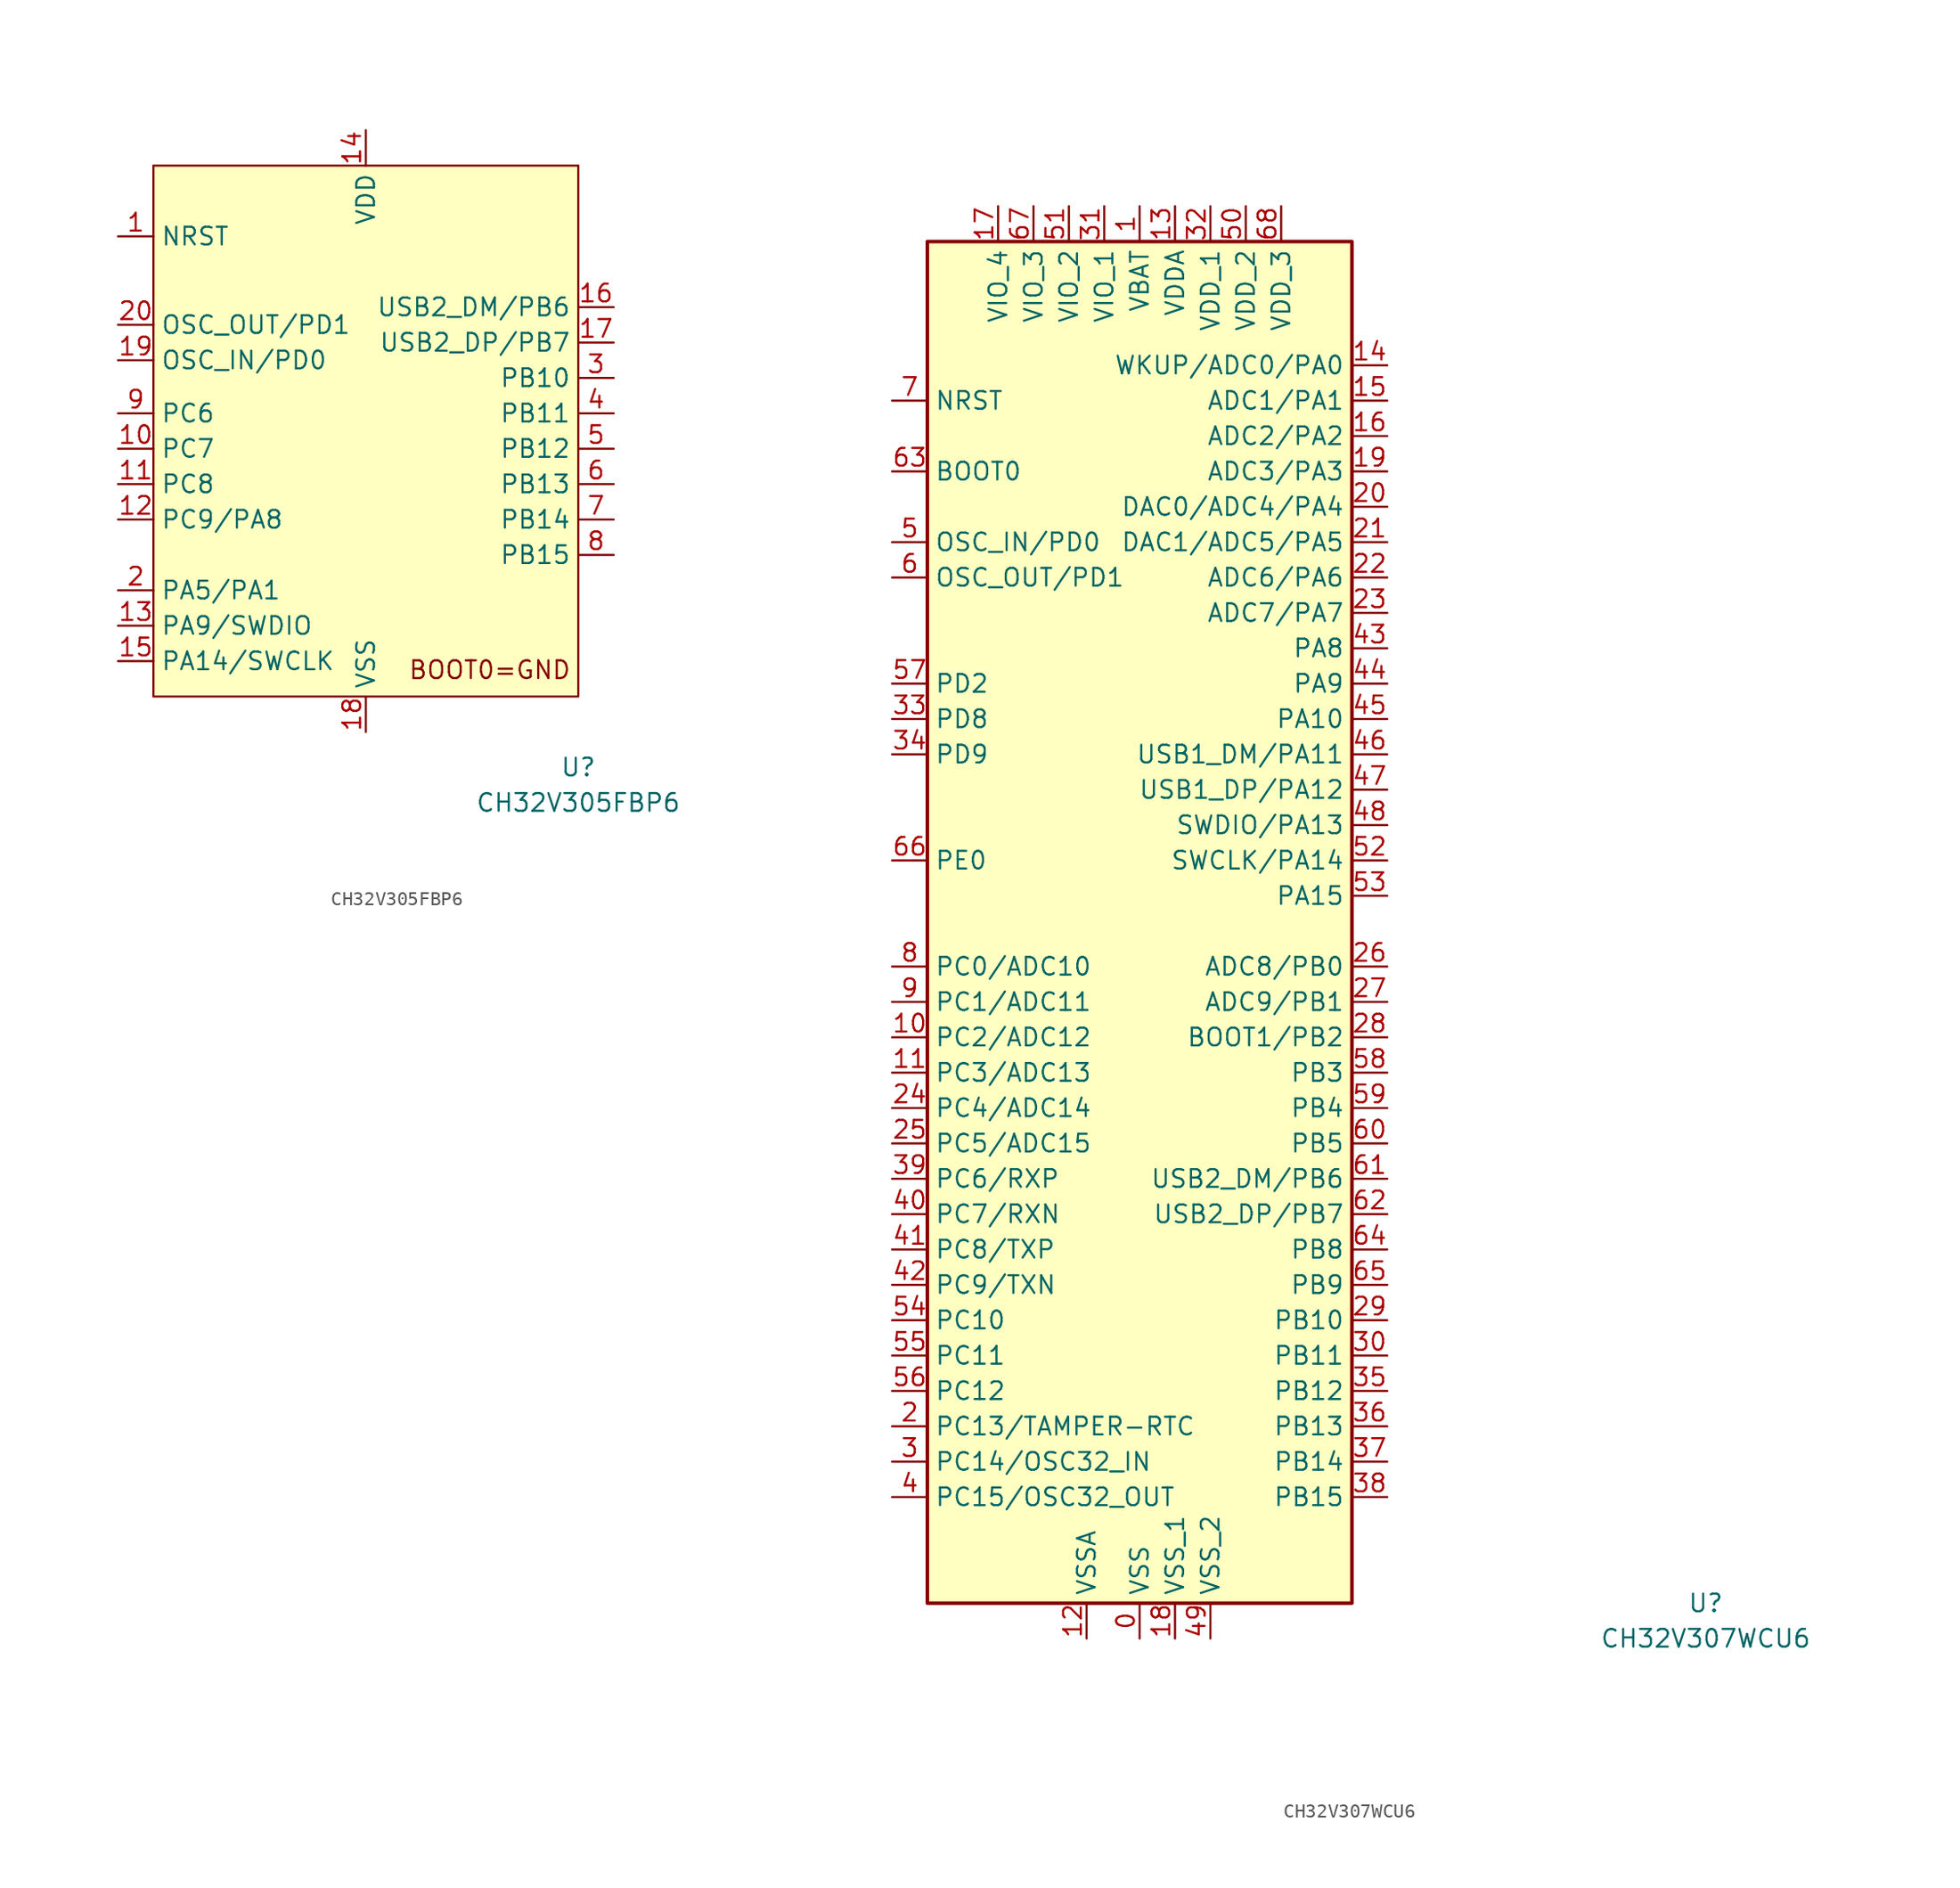
<source format=kicad_sym>
(kicad_symbol_lib
  (version 20220914)
  (generator kicad_symbol_editor)
  (symbol "CH32V305FBP6"
    (property "Reference" "U"
      (at 15.24 -25.4 0)
      (effects (font (size 1.27 1.27))))
    (property "Value" "CH32V305FBP6"
      (at 15.24 -27.94 0)
      (effects (font (size 1.27 1.27))))
    (symbol "CH32V305FBP6_0_0"
      (text "BOOT0=GND" (at 8.89 -18.415 0) (effects (font (size 1.27 1.27)))))
    (symbol "CH32V305FBP6_0_1"
      (rectangle (start -15.24 17.78) (end 15.24 -20.32) (stroke (width 0) (type default)) (fill (type background))))
    (symbol "CH32V305FBP6_1_1"
      (pin input line (at -17.78 12.7 0) (length 2.54) (name "NRST" (effects (font (size 1.27 1.27)))) (number "1" (effects (font (size 1.27 1.27)))))
      (pin bidirectional line (at -17.78 -2.54 0) (length 2.54) (name "PC7" (effects (font (size 1.27 1.27)))) (number "10" (effects (font (size 1.27 1.27)))))
      (pin bidirectional line (at -17.78 -5.08 0) (length 2.54) (name "PC8" (effects (font (size 1.27 1.27)))) (number "11" (effects (font (size 1.27 1.27)))))
      (pin bidirectional line (at -17.78 -7.62 0) (length 2.54) (name "PC9/PA8" (effects (font (size 1.27 1.27)))) (number "12" (effects (font (size 1.27 1.27)))))
      (pin bidirectional line (at -17.78 -15.24 0) (length 2.54) (name "PA9/SWDIO" (effects (font (size 1.27 1.27)))) (number "13" (effects (font (size 1.27 1.27)))))
      (pin power_in line (at 0 20.32 270) (length 2.54) (name "VDD" (effects (font (size 1.27 1.27)))) (number "14" (effects (font (size 1.27 1.27)))))
      (pin bidirectional line (at -17.78 -17.78 0) (length 2.54) (name "PA14/SWCLK" (effects (font (size 1.27 1.27)))) (number "15" (effects (font (size 1.27 1.27)))))
      (pin bidirectional line (at 17.78 7.62 180) (length 2.54) (name "USB2_DM/PB6" (effects (font (size 1.27 1.27)))) (number "16" (effects (font (size 1.27 1.27)))))
      (pin bidirectional line (at 17.78 5.08 180) (length 2.54) (name "USB2_DP/PB7" (effects (font (size 1.27 1.27)))) (number "17" (effects (font (size 1.27 1.27)))))
      (pin power_in line (at 0 -22.86 90) (length 2.54) (name "VSS" (effects (font (size 1.27 1.27)))) (number "18" (effects (font (size 1.27 1.27)))))
      (pin input line (at -17.78 3.81 0) (length 2.54) (name "OSC_IN/PD0" (effects (font (size 1.27 1.27)))) (number "19" (effects (font (size 1.27 1.27)))))
      (pin bidirectional line (at -17.78 -12.7 0) (length 2.54) (name "PA5/PA1" (effects (font (size 1.27 1.27)))) (number "2" (effects (font (size 1.27 1.27)))))
      (pin output line (at -17.78 6.35 0) (length 2.54) (name "OSC_OUT/PD1" (effects (font (size 1.27 1.27)))) (number "20" (effects (font (size 1.27 1.27)))))
      (pin bidirectional line (at 17.78 2.54 180) (length 2.54) (name "PB10" (effects (font (size 1.27 1.27)))) (number "3" (effects (font (size 1.27 1.27)))))
      (pin bidirectional line (at 17.78 0 180) (length 2.54) (name "PB11" (effects (font (size 1.27 1.27)))) (number "4" (effects (font (size 1.27 1.27)))))
      (pin bidirectional line (at 17.78 -2.54 180) (length 2.54) (name "PB12" (effects (font (size 1.27 1.27)))) (number "5" (effects (font (size 1.27 1.27)))))
      (pin bidirectional line (at 17.78 -5.08 180) (length 2.54) (name "PB13" (effects (font (size 1.27 1.27)))) (number "6" (effects (font (size 1.27 1.27)))))
      (pin bidirectional line (at 17.78 -7.62 180) (length 2.54) (name "PB14" (effects (font (size 1.27 1.27)))) (number "7" (effects (font (size 1.27 1.27)))))
      (pin bidirectional line (at 17.78 -10.16 180) (length 2.54) (name "PB15" (effects (font (size 1.27 1.27)))) (number "8" (effects (font (size 1.27 1.27)))))
      (pin bidirectional line (at -17.78 0 0) (length 2.54) (name "PC6" (effects (font (size 1.27 1.27)))) (number "9" (effects (font (size 1.27 1.27)))))))
  (symbol "CH32V307WCU6"
    (property "Reference" "U"
      (at 40.64 -48.26 0)
      (effects (font (size 1.27 1.27))))
    (property "Value" "CH32V307WCU6"
      (at 40.64 -50.8 0)
      (effects (font (size 1.27 1.27))))
    (symbol "CH32V307WCU6_0_1"
      (rectangle (start -15.24 49.53) (end 15.24 -48.26) (stroke (width 0.254) (type default)) (fill (type background))))
    (symbol "CH32V307WCU6_1_1"
      (pin power_in line (at 0 -50.8 90) (length 2.54) (name "VSS" (effects (font (size 1.27 1.27)))) (number "0" (effects (font (size 1.27 1.27)))))
      (pin power_in line (at 0 52.07 270) (length 2.54) (name "VBAT" (effects (font (size 1.27 1.27)))) (number "1" (effects (font (size 1.27 1.27)))))
      (pin bidirectional line (at -17.78 -7.62 0) (length 2.54) (name "PC2/ADC12" (effects (font (size 1.27 1.27)))) (number "10" (effects (font (size 1.27 1.27)))))
      (pin bidirectional line (at -17.78 -10.16 0) (length 2.54) (name "PC3/ADC13" (effects (font (size 1.27 1.27)))) (number "11" (effects (font (size 1.27 1.27)))))
      (pin power_in line (at -3.81 -50.8 90) (length 2.54) (name "VSSA" (effects (font (size 1.27 1.27)))) (number "12" (effects (font (size 1.27 1.27)))))
      (pin power_in line (at 2.54 52.07 270) (length 2.54) (name "VDDA" (effects (font (size 1.27 1.27)))) (number "13" (effects (font (size 1.27 1.27)))))
      (pin bidirectional line (at 17.78 40.64 180) (length 2.54) (name "WKUP/ADC0/PA0" (effects (font (size 1.27 1.27)))) (number "14" (effects (font (size 1.27 1.27)))))
      (pin bidirectional line (at 17.78 38.1 180) (length 2.54) (name "ADC1/PA1" (effects (font (size 1.27 1.27)))) (number "15" (effects (font (size 1.27 1.27)))))
      (pin bidirectional line (at 17.78 35.56 180) (length 2.54) (name "ADC2/PA2" (effects (font (size 1.27 1.27)))) (number "16" (effects (font (size 1.27 1.27)))))
      (pin power_in line (at -10.16 52.07 270) (length 2.54) (name "VIO_4" (effects (font (size 1.27 1.27)))) (number "17" (effects (font (size 1.27 1.27)))))
      (pin power_in line (at 2.54 -50.8 90) (length 2.54) (name "VSS_1" (effects (font (size 1.27 1.27)))) (number "18" (effects (font (size 1.27 1.27)))))
      (pin bidirectional line (at 17.78 33.02 180) (length 2.54) (name "ADC3/PA3" (effects (font (size 1.27 1.27)))) (number "19" (effects (font (size 1.27 1.27)))))
      (pin bidirectional line (at -17.78 -35.56 0) (length 2.54) (name "PC13/TAMPER-RTC" (effects (font (size 1.27 1.27)))) (number "2" (effects (font (size 1.27 1.27)))))
      (pin bidirectional line (at 17.78 30.48 180) (length 2.54) (name "DAC0/ADC4/PA4" (effects (font (size 1.27 1.27)))) (number "20" (effects (font (size 1.27 1.27)))))
      (pin bidirectional line (at 17.78 27.94 180) (length 2.54) (name "DAC1/ADC5/PA5" (effects (font (size 1.27 1.27)))) (number "21" (effects (font (size 1.27 1.27)))))
      (pin bidirectional line (at 17.78 25.4 180) (length 2.54) (name "ADC6/PA6" (effects (font (size 1.27 1.27)))) (number "22" (effects (font (size 1.27 1.27)))))
      (pin bidirectional line (at 17.78 22.86 180) (length 2.54) (name "ADC7/PA7" (effects (font (size 1.27 1.27)))) (number "23" (effects (font (size 1.27 1.27)))))
      (pin bidirectional line (at -17.78 -12.7 0) (length 2.54) (name "PC4/ADC14" (effects (font (size 1.27 1.27)))) (number "24" (effects (font (size 1.27 1.27)))))
      (pin bidirectional line (at -17.78 -15.24 0) (length 2.54) (name "PC5/ADC15" (effects (font (size 1.27 1.27)))) (number "25" (effects (font (size 1.27 1.27)))))
      (pin bidirectional line (at 17.78 -2.54 180) (length 2.54) (name "ADC8/PB0" (effects (font (size 1.27 1.27)))) (number "26" (effects (font (size 1.27 1.27)))))
      (pin bidirectional line (at 17.78 -5.08 180) (length 2.54) (name "ADC9/PB1" (effects (font (size 1.27 1.27)))) (number "27" (effects (font (size 1.27 1.27)))))
      (pin bidirectional line (at 17.78 -7.62 180) (length 2.54) (name "BOOT1/PB2" (effects (font (size 1.27 1.27)))) (number "28" (effects (font (size 1.27 1.27)))))
      (pin bidirectional line (at 17.78 -27.94 180) (length 2.54) (name "PB10" (effects (font (size 1.27 1.27)))) (number "29" (effects (font (size 1.27 1.27)))))
      (pin bidirectional line (at -17.78 -38.1 0) (length 2.54) (name "PC14/OSC32_IN" (effects (font (size 1.27 1.27)))) (number "3" (effects (font (size 1.27 1.27)))))
      (pin bidirectional line (at 17.78 -30.48 180) (length 2.54) (name "PB11" (effects (font (size 1.27 1.27)))) (number "30" (effects (font (size 1.27 1.27)))))
      (pin power_in line (at -2.54 52.07 270) (length 2.54) (name "VIO_1" (effects (font (size 1.27 1.27)))) (number "31" (effects (font (size 1.27 1.27)))))
      (pin power_in line (at 5.08 52.07 270) (length 2.54) (name "VDD_1" (effects (font (size 1.27 1.27)))) (number "32" (effects (font (size 1.27 1.27)))))
      (pin bidirectional line (at -17.78 15.24 0) (length 2.54) (name "PD8" (effects (font (size 1.27 1.27)))) (number "33" (effects (font (size 1.27 1.27)))))
      (pin bidirectional line (at -17.78 12.7 0) (length 2.54) (name "PD9" (effects (font (size 1.27 1.27)))) (number "34" (effects (font (size 1.27 1.27)))))
      (pin bidirectional line (at 17.78 -33.02 180) (length 2.54) (name "PB12" (effects (font (size 1.27 1.27)))) (number "35" (effects (font (size 1.27 1.27)))))
      (pin bidirectional line (at 17.78 -35.56 180) (length 2.54) (name "PB13" (effects (font (size 1.27 1.27)))) (number "36" (effects (font (size 1.27 1.27)))))
      (pin bidirectional line (at 17.78 -38.1 180) (length 2.54) (name "PB14" (effects (font (size 1.27 1.27)))) (number "37" (effects (font (size 1.27 1.27)))))
      (pin bidirectional line (at 17.78 -40.64 180) (length 2.54) (name "PB15" (effects (font (size 1.27 1.27)))) (number "38" (effects (font (size 1.27 1.27)))))
      (pin bidirectional line (at -17.78 -17.78 0) (length 2.54) (name "PC6/RXP" (effects (font (size 1.27 1.27)))) (number "39" (effects (font (size 1.27 1.27)))))
      (pin bidirectional line (at -17.78 -40.64 0) (length 2.54) (name "PC15/OSC32_OUT" (effects (font (size 1.27 1.27)))) (number "4" (effects (font (size 1.27 1.27)))))
      (pin bidirectional line (at -17.78 -20.32 0) (length 2.54) (name "PC7/RXN" (effects (font (size 1.27 1.27)))) (number "40" (effects (font (size 1.27 1.27)))))
      (pin bidirectional line (at -17.78 -22.86 0) (length 2.54) (name "PC8/TXP" (effects (font (size 1.27 1.27)))) (number "41" (effects (font (size 1.27 1.27)))))
      (pin bidirectional line (at -17.78 -25.4 0) (length 2.54) (name "PC9/TXN" (effects (font (size 1.27 1.27)))) (number "42" (effects (font (size 1.27 1.27)))))
      (pin bidirectional line (at 17.78 20.32 180) (length 2.54) (name "PA8" (effects (font (size 1.27 1.27)))) (number "43" (effects (font (size 1.27 1.27)))))
      (pin bidirectional line (at 17.78 17.78 180) (length 2.54) (name "PA9" (effects (font (size 1.27 1.27)))) (number "44" (effects (font (size 1.27 1.27)))))
      (pin bidirectional line (at 17.78 15.24 180) (length 2.54) (name "PA10" (effects (font (size 1.27 1.27)))) (number "45" (effects (font (size 1.27 1.27)))))
      (pin bidirectional line (at 17.78 12.7 180) (length 2.54) (name "USB1_DM/PA11" (effects (font (size 1.27 1.27)))) (number "46" (effects (font (size 1.27 1.27)))))
      (pin bidirectional line (at 17.78 10.16 180) (length 2.54) (name "USB1_DP/PA12" (effects (font (size 1.27 1.27)))) (number "47" (effects (font (size 1.27 1.27)))))
      (pin bidirectional line (at 17.78 7.62 180) (length 2.54) (name "SWDIO/PA13" (effects (font (size 1.27 1.27)))) (number "48" (effects (font (size 1.27 1.27)))))
      (pin power_in line (at 5.08 -50.8 90) (length 2.54) (name "VSS_2" (effects (font (size 1.27 1.27)))) (number "49" (effects (font (size 1.27 1.27)))))
      (pin bidirectional line (at -17.78 27.94 0) (length 2.54) (name "OSC_IN/PD0" (effects (font (size 1.27 1.27)))) (number "5" (effects (font (size 1.27 1.27)))))
      (pin power_in line (at 7.62 52.07 270) (length 2.54) (name "VDD_2" (effects (font (size 1.27 1.27)))) (number "50" (effects (font (size 1.27 1.27)))))
      (pin power_in line (at -5.08 52.07 270) (length 2.54) (name "VIO_2" (effects (font (size 1.27 1.27)))) (number "51" (effects (font (size 1.27 1.27)))))
      (pin bidirectional line (at 17.78 5.08 180) (length 2.54) (name "SWCLK/PA14" (effects (font (size 1.27 1.27)))) (number "52" (effects (font (size 1.27 1.27)))))
      (pin bidirectional line (at 17.78 2.54 180) (length 2.54) (name "PA15" (effects (font (size 1.27 1.27)))) (number "53" (effects (font (size 1.27 1.27)))))
      (pin bidirectional line (at -17.78 -27.94 0) (length 2.54) (name "PC10" (effects (font (size 1.27 1.27)))) (number "54" (effects (font (size 1.27 1.27)))))
      (pin bidirectional line (at -17.78 -30.48 0) (length 2.54) (name "PC11" (effects (font (size 1.27 1.27)))) (number "55" (effects (font (size 1.27 1.27)))))
      (pin bidirectional line (at -17.78 -33.02 0) (length 2.54) (name "PC12" (effects (font (size 1.27 1.27)))) (number "56" (effects (font (size 1.27 1.27)))))
      (pin bidirectional line (at -17.78 17.78 0) (length 2.54) (name "PD2" (effects (font (size 1.27 1.27)))) (number "57" (effects (font (size 1.27 1.27)))))
      (pin bidirectional line (at 17.78 -10.16 180) (length 2.54) (name "PB3" (effects (font (size 1.27 1.27)))) (number "58" (effects (font (size 1.27 1.27)))))
      (pin bidirectional line (at 17.78 -12.7 180) (length 2.54) (name "PB4" (effects (font (size 1.27 1.27)))) (number "59" (effects (font (size 1.27 1.27)))))
      (pin bidirectional line (at -17.78 25.4 0) (length 2.54) (name "OSC_OUT/PD1" (effects (font (size 1.27 1.27)))) (number "6" (effects (font (size 1.27 1.27)))))
      (pin bidirectional line (at 17.78 -15.24 180) (length 2.54) (name "PB5" (effects (font (size 1.27 1.27)))) (number "60" (effects (font (size 1.27 1.27)))))
      (pin bidirectional line (at 17.78 -17.78 180) (length 2.54) (name "USB2_DM/PB6" (effects (font (size 1.27 1.27)))) (number "61" (effects (font (size 1.27 1.27)))))
      (pin bidirectional line (at 17.78 -20.32 180) (length 2.54) (name "USB2_DP/PB7" (effects (font (size 1.27 1.27)))) (number "62" (effects (font (size 1.27 1.27)))))
      (pin bidirectional line (at -17.78 33.02 0) (length 2.54) (name "BOOT0" (effects (font (size 1.27 1.27)))) (number "63" (effects (font (size 1.27 1.27)))))
      (pin bidirectional line (at 17.78 -22.86 180) (length 2.54) (name "PB8" (effects (font (size 1.27 1.27)))) (number "64" (effects (font (size 1.27 1.27)))))
      (pin bidirectional line (at 17.78 -25.4 180) (length 2.54) (name "PB9" (effects (font (size 1.27 1.27)))) (number "65" (effects (font (size 1.27 1.27)))))
      (pin bidirectional line (at -17.78 5.08 0) (length 2.54) (name "PE0" (effects (font (size 1.27 1.27)))) (number "66" (effects (font (size 1.27 1.27)))))
      (pin power_in line (at -7.62 52.07 270) (length 2.54) (name "VIO_3" (effects (font (size 1.27 1.27)))) (number "67" (effects (font (size 1.27 1.27)))))
      (pin power_in line (at 10.16 52.07 270) (length 2.54) (name "VDD_3" (effects (font (size 1.27 1.27)))) (number "68" (effects (font (size 1.27 1.27)))))
      (pin bidirectional line (at -17.78 38.1 0) (length 2.54) (name "NRST" (effects (font (size 1.27 1.27)))) (number "7" (effects (font (size 1.27 1.27)))))
      (pin bidirectional line (at -17.78 -2.54 0) (length 2.54) (name "PC0/ADC10" (effects (font (size 1.27 1.27)))) (number "8" (effects (font (size 1.27 1.27)))))
      (pin bidirectional line (at -17.78 -5.08 0) (length 2.54) (name "PC1/ADC11" (effects (font (size 1.27 1.27)))) (number "9" (effects (font (size 1.27 1.27))))))))
</source>
